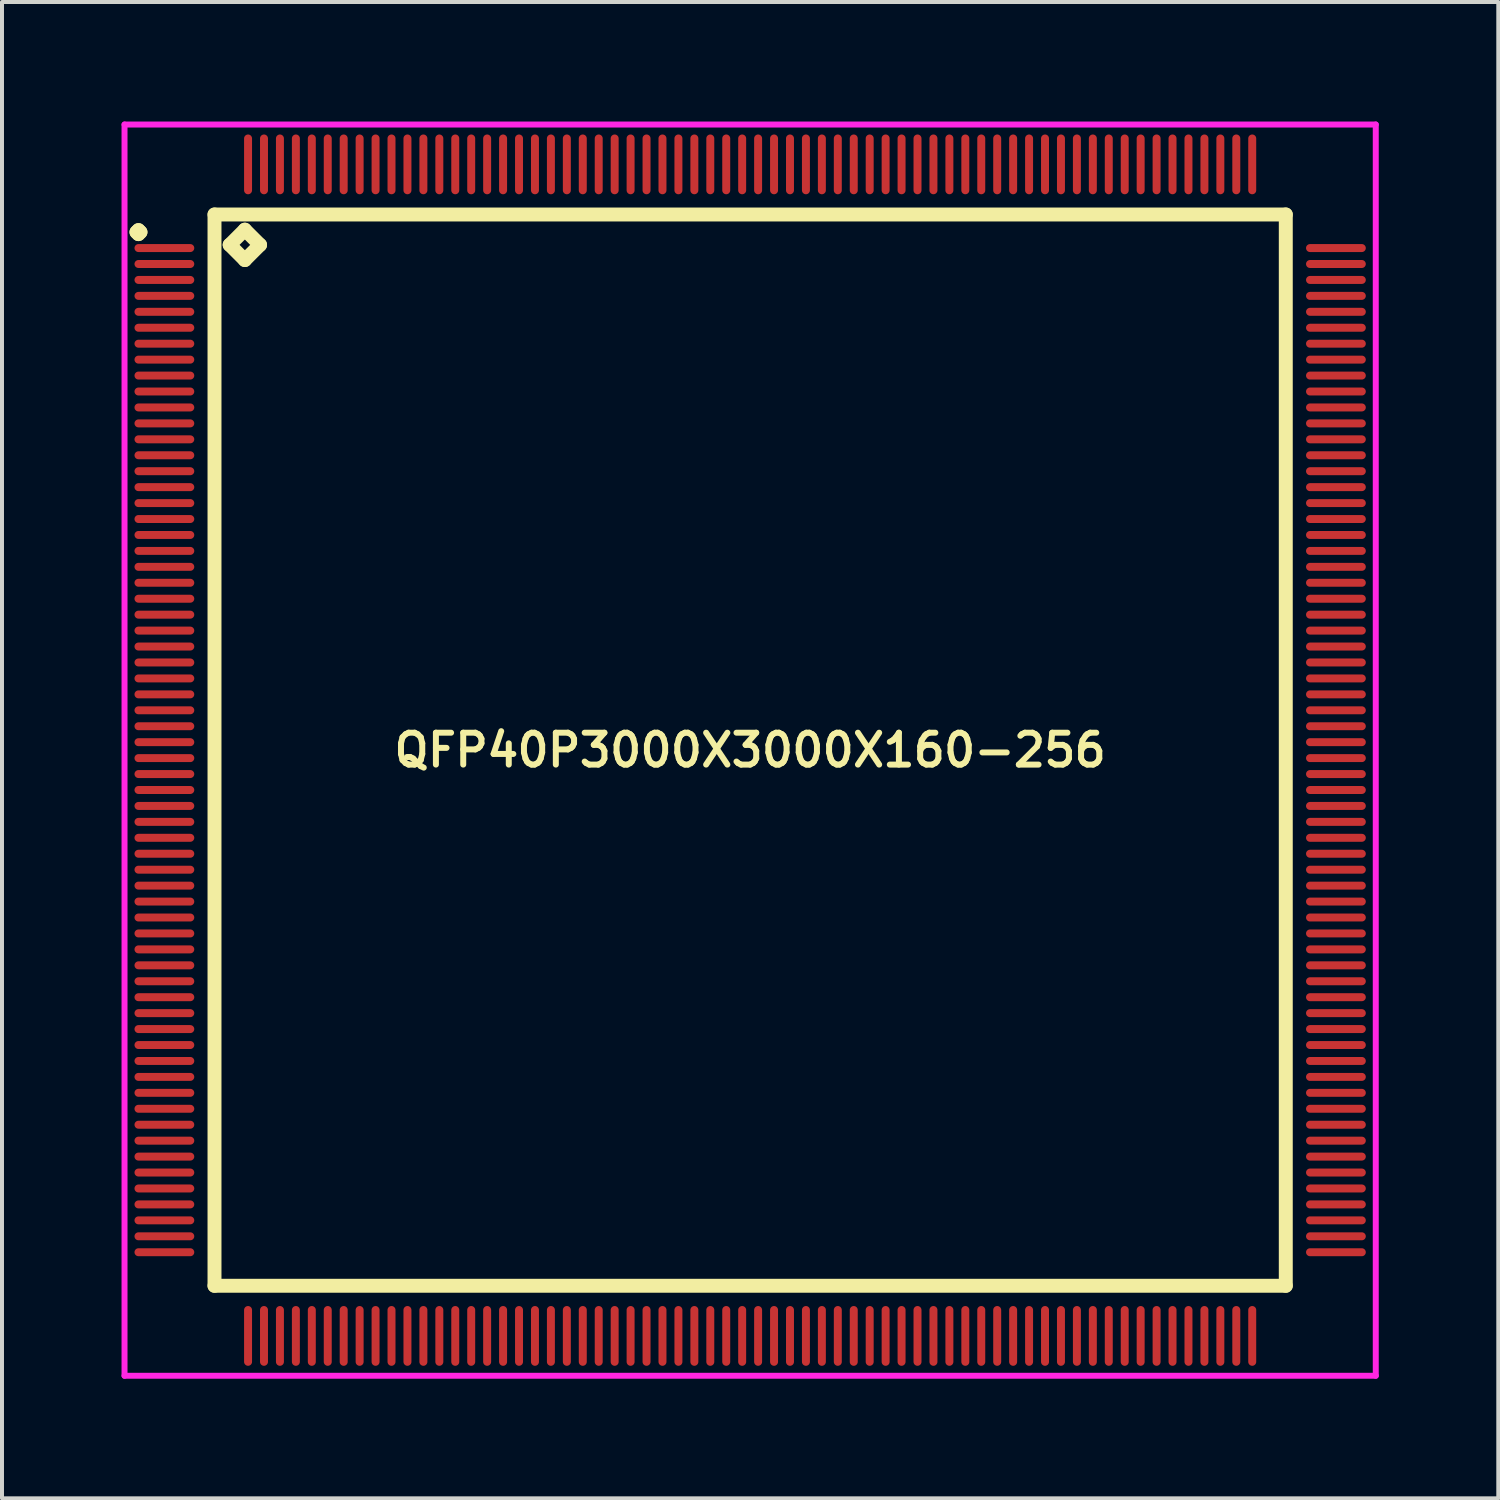
<source format=kicad_pcb>
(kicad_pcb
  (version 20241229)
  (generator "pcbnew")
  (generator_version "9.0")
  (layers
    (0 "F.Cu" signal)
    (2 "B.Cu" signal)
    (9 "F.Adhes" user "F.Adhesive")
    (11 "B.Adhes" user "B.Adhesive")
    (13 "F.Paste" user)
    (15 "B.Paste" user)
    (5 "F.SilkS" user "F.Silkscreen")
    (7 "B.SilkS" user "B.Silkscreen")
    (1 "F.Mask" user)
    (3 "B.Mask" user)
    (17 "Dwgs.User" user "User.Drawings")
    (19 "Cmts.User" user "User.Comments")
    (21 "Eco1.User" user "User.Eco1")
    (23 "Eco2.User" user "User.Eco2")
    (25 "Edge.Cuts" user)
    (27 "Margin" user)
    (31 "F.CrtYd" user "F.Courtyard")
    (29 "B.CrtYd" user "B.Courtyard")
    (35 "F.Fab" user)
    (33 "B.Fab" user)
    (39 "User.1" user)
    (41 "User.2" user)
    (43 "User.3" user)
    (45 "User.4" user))
  (footprint "QFP40P3000X3000X160-256"
    (layer "F.Cu")
    (at 15.775 15.775)
    (property "Reference" "QFP40P3000X3000X160-256" (at 0 0 0) (layer "F.SilkS") (effects (font (size 0.8 0.8) (thickness 0.15))))
    (attr through_hole)
    (fp_line (start -15.4 -13) (end -15.35 -13.05) (stroke (width 0.35) (type solid)) (layer "F.SilkS"))
    (fp_line (start -15.35 -13.05) (end -15.3 -13) (stroke (width 0.35) (type solid)) (layer "F.SilkS"))
    (fp_line (start -15.35 -12.95) (end -15.4 -13) (stroke (width 0.35) (type solid)) (layer "F.SilkS"))
    (fp_line (start -15.3 -13) (end -15.35 -12.95) (stroke (width 0.35) (type solid)) (layer "F.SilkS"))
    (fp_line (start -13.442 -13.442) (end -13.442 13.442) (stroke (width 0.35) (type solid)) (layer "F.SilkS"))
    (fp_line (start -13.442 13.442) (end 13.442 13.442) (stroke (width 0.35) (type solid)) (layer "F.SilkS"))
    (fp_line (start -13.061 -12.68) (end -12.68 -13.061) (stroke (width 0.35) (type solid)) (layer "F.SilkS"))
    (fp_line (start -12.68 -13.061) (end -12.299 -12.68) (stroke (width 0.35) (type solid)) (layer "F.SilkS"))
    (fp_line (start -12.68 -12.299) (end -13.061 -12.68) (stroke (width 0.35) (type solid)) (layer "F.SilkS"))
    (fp_line (start -12.299 -12.68) (end -12.68 -12.299) (stroke (width 0.35) (type solid)) (layer "F.SilkS"))
    (fp_line (start 13.442 -13.442) (end -13.442 -13.442) (stroke (width 0.35) (type solid)) (layer "F.SilkS"))
    (fp_line (start 13.442 13.442) (end 13.442 -13.442) (stroke (width 0.35) (type solid)) (layer "F.SilkS"))
    (fp_line (start -15.7 -15.7) (end 15.7 -15.7) (stroke (width 0.15) (type solid)) (layer "F.CrtYd"))
    (fp_line (start -15.7 15.7) (end -15.7 -15.7) (stroke (width 0.15) (type solid)) (layer "F.CrtYd"))
    (fp_line (start 15.7 -15.7) (end 15.7 15.7) (stroke (width 0.15) (type solid)) (layer "F.CrtYd"))
    (fp_line (start 15.7 15.7) (end -15.7 15.7) (stroke (width 0.15) (type solid)) (layer "F.CrtYd"))
    (pad "1" smd oval (at -14.7 -12.6) (size 1.5 0.2) (layers "F.Cu" "F.Mask" "F.Paste"))
    (pad "2" smd oval (at -14.7 -12.2) (size 1.5 0.2) (layers "F.Cu" "F.Mask" "F.Paste"))
    (pad "3" smd oval (at -14.7 -11.8) (size 1.5 0.2) (layers "F.Cu" "F.Mask" "F.Paste"))
    (pad "4" smd oval (at -14.7 -11.4) (size 1.5 0.2) (layers "F.Cu" "F.Mask" "F.Paste"))
    (pad "5" smd oval (at -14.7 -11) (size 1.5 0.2) (layers "F.Cu" "F.Mask" "F.Paste"))
    (pad "6" smd oval (at -14.7 -10.6) (size 1.5 0.2) (layers "F.Cu" "F.Mask" "F.Paste"))
    (pad "7" smd oval (at -14.7 -10.2) (size 1.5 0.2) (layers "F.Cu" "F.Mask" "F.Paste"))
    (pad "8" smd oval (at -14.7 -9.8) (size 1.5 0.2) (layers "F.Cu" "F.Mask" "F.Paste"))
    (pad "9" smd oval (at -14.7 -9.4) (size 1.5 0.2) (layers "F.Cu" "F.Mask" "F.Paste"))
    (pad "10" smd oval (at -14.7 -9) (size 1.5 0.2) (layers "F.Cu" "F.Mask" "F.Paste"))
    (pad "11" smd oval (at -14.7 -8.6) (size 1.5 0.2) (layers "F.Cu" "F.Mask" "F.Paste"))
    (pad "12" smd oval (at -14.7 -8.2) (size 1.5 0.2) (layers "F.Cu" "F.Mask" "F.Paste"))
    (pad "13" smd oval (at -14.7 -7.8) (size 1.5 0.2) (layers "F.Cu" "F.Mask" "F.Paste"))
    (pad "14" smd oval (at -14.7 -7.4) (size 1.5 0.2) (layers "F.Cu" "F.Mask" "F.Paste"))
    (pad "15" smd oval (at -14.7 -7) (size 1.5 0.2) (layers "F.Cu" "F.Mask" "F.Paste"))
    (pad "16" smd oval (at -14.7 -6.6) (size 1.5 0.2) (layers "F.Cu" "F.Mask" "F.Paste"))
    (pad "17" smd oval (at -14.7 -6.2) (size 1.5 0.2) (layers "F.Cu" "F.Mask" "F.Paste"))
    (pad "18" smd oval (at -14.7 -5.8) (size 1.5 0.2) (layers "F.Cu" "F.Mask" "F.Paste"))
    (pad "19" smd oval (at -14.7 -5.4) (size 1.5 0.2) (layers "F.Cu" "F.Mask" "F.Paste"))
    (pad "20" smd oval (at -14.7 -5) (size 1.5 0.2) (layers "F.Cu" "F.Mask" "F.Paste"))
    (pad "21" smd oval (at -14.7 -4.6) (size 1.5 0.2) (layers "F.Cu" "F.Mask" "F.Paste"))
    (pad "22" smd oval (at -14.7 -4.2) (size 1.5 0.2) (layers "F.Cu" "F.Mask" "F.Paste"))
    (pad "23" smd oval (at -14.7 -3.8) (size 1.5 0.2) (layers "F.Cu" "F.Mask" "F.Paste"))
    (pad "24" smd oval (at -14.7 -3.4) (size 1.5 0.2) (layers "F.Cu" "F.Mask" "F.Paste"))
    (pad "25" smd oval (at -14.7 -3) (size 1.5 0.2) (layers "F.Cu" "F.Mask" "F.Paste"))
    (pad "26" smd oval (at -14.7 -2.6) (size 1.5 0.2) (layers "F.Cu" "F.Mask" "F.Paste"))
    (pad "27" smd oval (at -14.7 -2.2) (size 1.5 0.2) (layers "F.Cu" "F.Mask" "F.Paste"))
    (pad "28" smd oval (at -14.7 -1.8) (size 1.5 0.2) (layers "F.Cu" "F.Mask" "F.Paste"))
    (pad "29" smd oval (at -14.7 -1.4) (size 1.5 0.2) (layers "F.Cu" "F.Mask" "F.Paste"))
    (pad "30" smd oval (at -14.7 -1) (size 1.5 0.2) (layers "F.Cu" "F.Mask" "F.Paste"))
    (pad "31" smd oval (at -14.7 -0.6) (size 1.5 0.2) (layers "F.Cu" "F.Mask" "F.Paste"))
    (pad "32" smd oval (at -14.7 -0.2) (size 1.5 0.2) (layers "F.Cu" "F.Mask" "F.Paste"))
    (pad "33" smd oval (at -14.7 0.2) (size 1.5 0.2) (layers "F.Cu" "F.Mask" "F.Paste"))
    (pad "34" smd oval (at -14.7 0.6) (size 1.5 0.2) (layers "F.Cu" "F.Mask" "F.Paste"))
    (pad "35" smd oval (at -14.7 1) (size 1.5 0.2) (layers "F.Cu" "F.Mask" "F.Paste"))
    (pad "36" smd oval (at -14.7 1.4) (size 1.5 0.2) (layers "F.Cu" "F.Mask" "F.Paste"))
    (pad "37" smd oval (at -14.7 1.8) (size 1.5 0.2) (layers "F.Cu" "F.Mask" "F.Paste"))
    (pad "38" smd oval (at -14.7 2.2) (size 1.5 0.2) (layers "F.Cu" "F.Mask" "F.Paste"))
    (pad "39" smd oval (at -14.7 2.6) (size 1.5 0.2) (layers "F.Cu" "F.Mask" "F.Paste"))
    (pad "40" smd oval (at -14.7 3) (size 1.5 0.2) (layers "F.Cu" "F.Mask" "F.Paste"))
    (pad "41" smd oval (at -14.7 3.4) (size 1.5 0.2) (layers "F.Cu" "F.Mask" "F.Paste"))
    (pad "42" smd oval (at -14.7 3.8) (size 1.5 0.2) (layers "F.Cu" "F.Mask" "F.Paste"))
    (pad "43" smd oval (at -14.7 4.2) (size 1.5 0.2) (layers "F.Cu" "F.Mask" "F.Paste"))
    (pad "44" smd oval (at -14.7 4.6) (size 1.5 0.2) (layers "F.Cu" "F.Mask" "F.Paste"))
    (pad "45" smd oval (at -14.7 5) (size 1.5 0.2) (layers "F.Cu" "F.Mask" "F.Paste"))
    (pad "46" smd oval (at -14.7 5.4) (size 1.5 0.2) (layers "F.Cu" "F.Mask" "F.Paste"))
    (pad "47" smd oval (at -14.7 5.8) (size 1.5 0.2) (layers "F.Cu" "F.Mask" "F.Paste"))
    (pad "48" smd oval (at -14.7 6.2) (size 1.5 0.2) (layers "F.Cu" "F.Mask" "F.Paste"))
    (pad "49" smd oval (at -14.7 6.6) (size 1.5 0.2) (layers "F.Cu" "F.Mask" "F.Paste"))
    (pad "50" smd oval (at -14.7 7) (size 1.5 0.2) (layers "F.Cu" "F.Mask" "F.Paste"))
    (pad "51" smd oval (at -14.7 7.4) (size 1.5 0.2) (layers "F.Cu" "F.Mask" "F.Paste"))
    (pad "52" smd oval (at -14.7 7.8) (size 1.5 0.2) (layers "F.Cu" "F.Mask" "F.Paste"))
    (pad "53" smd oval (at -14.7 8.2) (size 1.5 0.2) (layers "F.Cu" "F.Mask" "F.Paste"))
    (pad "54" smd oval (at -14.7 8.6) (size 1.5 0.2) (layers "F.Cu" "F.Mask" "F.Paste"))
    (pad "55" smd oval (at -14.7 9) (size 1.5 0.2) (layers "F.Cu" "F.Mask" "F.Paste"))
    (pad "56" smd oval (at -14.7 9.4) (size 1.5 0.2) (layers "F.Cu" "F.Mask" "F.Paste"))
    (pad "57" smd oval (at -14.7 9.8) (size 1.5 0.2) (layers "F.Cu" "F.Mask" "F.Paste"))
    (pad "58" smd oval (at -14.7 10.2) (size 1.5 0.2) (layers "F.Cu" "F.Mask" "F.Paste"))
    (pad "59" smd oval (at -14.7 10.6) (size 1.5 0.2) (layers "F.Cu" "F.Mask" "F.Paste"))
    (pad "60" smd oval (at -14.7 11) (size 1.5 0.2) (layers "F.Cu" "F.Mask" "F.Paste"))
    (pad "61" smd oval (at -14.7 11.4) (size 1.5 0.2) (layers "F.Cu" "F.Mask" "F.Paste"))
    (pad "62" smd oval (at -14.7 11.8) (size 1.5 0.2) (layers "F.Cu" "F.Mask" "F.Paste"))
    (pad "63" smd oval (at -14.7 12.2) (size 1.5 0.2) (layers "F.Cu" "F.Mask" "F.Paste"))
    (pad "64" smd oval (at -14.7 12.6) (size 1.5 0.2) (layers "F.Cu" "F.Mask" "F.Paste"))
    (pad "65" smd oval (at -12.6 14.7) (size 0.2 1.5) (layers "F.Cu" "F.Mask" "F.Paste"))
    (pad "66" smd oval (at -12.2 14.7) (size 0.2 1.5) (layers "F.Cu" "F.Mask" "F.Paste"))
    (pad "67" smd oval (at -11.8 14.7) (size 0.2 1.5) (layers "F.Cu" "F.Mask" "F.Paste"))
    (pad "68" smd oval (at -11.4 14.7) (size 0.2 1.5) (layers "F.Cu" "F.Mask" "F.Paste"))
    (pad "69" smd oval (at -11 14.7) (size 0.2 1.5) (layers "F.Cu" "F.Mask" "F.Paste"))
    (pad "70" smd oval (at -10.6 14.7) (size 0.2 1.5) (layers "F.Cu" "F.Mask" "F.Paste"))
    (pad "71" smd oval (at -10.2 14.7) (size 0.2 1.5) (layers "F.Cu" "F.Mask" "F.Paste"))
    (pad "72" smd oval (at -9.8 14.7) (size 0.2 1.5) (layers "F.Cu" "F.Mask" "F.Paste"))
    (pad "73" smd oval (at -9.4 14.7) (size 0.2 1.5) (layers "F.Cu" "F.Mask" "F.Paste"))
    (pad "74" smd oval (at -9 14.7) (size 0.2 1.5) (layers "F.Cu" "F.Mask" "F.Paste"))
    (pad "75" smd oval (at -8.6 14.7) (size 0.2 1.5) (layers "F.Cu" "F.Mask" "F.Paste"))
    (pad "76" smd oval (at -8.2 14.7) (size 0.2 1.5) (layers "F.Cu" "F.Mask" "F.Paste"))
    (pad "77" smd oval (at -7.8 14.7) (size 0.2 1.5) (layers "F.Cu" "F.Mask" "F.Paste"))
    (pad "78" smd oval (at -7.4 14.7) (size 0.2 1.5) (layers "F.Cu" "F.Mask" "F.Paste"))
    (pad "79" smd oval (at -7 14.7) (size 0.2 1.5) (layers "F.Cu" "F.Mask" "F.Paste"))
    (pad "80" smd oval (at -6.6 14.7) (size 0.2 1.5) (layers "F.Cu" "F.Mask" "F.Paste"))
    (pad "81" smd oval (at -6.2 14.7) (size 0.2 1.5) (layers "F.Cu" "F.Mask" "F.Paste"))
    (pad "82" smd oval (at -5.8 14.7) (size 0.2 1.5) (layers "F.Cu" "F.Mask" "F.Paste"))
    (pad "83" smd oval (at -5.4 14.7) (size 0.2 1.5) (layers "F.Cu" "F.Mask" "F.Paste"))
    (pad "84" smd oval (at -5 14.7) (size 0.2 1.5) (layers "F.Cu" "F.Mask" "F.Paste"))
    (pad "85" smd oval (at -4.6 14.7) (size 0.2 1.5) (layers "F.Cu" "F.Mask" "F.Paste"))
    (pad "86" smd oval (at -4.2 14.7) (size 0.2 1.5) (layers "F.Cu" "F.Mask" "F.Paste"))
    (pad "87" smd oval (at -3.8 14.7) (size 0.2 1.5) (layers "F.Cu" "F.Mask" "F.Paste"))
    (pad "88" smd oval (at -3.4 14.7) (size 0.2 1.5) (layers "F.Cu" "F.Mask" "F.Paste"))
    (pad "89" smd oval (at -3 14.7) (size 0.2 1.5) (layers "F.Cu" "F.Mask" "F.Paste"))
    (pad "90" smd oval (at -2.6 14.7) (size 0.2 1.5) (layers "F.Cu" "F.Mask" "F.Paste"))
    (pad "91" smd oval (at -2.2 14.7) (size 0.2 1.5) (layers "F.Cu" "F.Mask" "F.Paste"))
    (pad "92" smd oval (at -1.8 14.7) (size 0.2 1.5) (layers "F.Cu" "F.Mask" "F.Paste"))
    (pad "93" smd oval (at -1.4 14.7) (size 0.2 1.5) (layers "F.Cu" "F.Mask" "F.Paste"))
    (pad "94" smd oval (at -1 14.7) (size 0.2 1.5) (layers "F.Cu" "F.Mask" "F.Paste"))
    (pad "95" smd oval (at -0.6 14.7) (size 0.2 1.5) (layers "F.Cu" "F.Mask" "F.Paste"))
    (pad "96" smd oval (at -0.2 14.7) (size 0.2 1.5) (layers "F.Cu" "F.Mask" "F.Paste"))
    (pad "97" smd oval (at 0.2 14.7) (size 0.2 1.5) (layers "F.Cu" "F.Mask" "F.Paste"))
    (pad "98" smd oval (at 0.6 14.7) (size 0.2 1.5) (layers "F.Cu" "F.Mask" "F.Paste"))
    (pad "99" smd oval (at 1 14.7) (size 0.2 1.5) (layers "F.Cu" "F.Mask" "F.Paste"))
    (pad "100" smd oval (at 1.4 14.7) (size 0.2 1.5) (layers "F.Cu" "F.Mask" "F.Paste"))
    (pad "101" smd oval (at 1.8 14.7) (size 0.2 1.5) (layers "F.Cu" "F.Mask" "F.Paste"))
    (pad "102" smd oval (at 2.2 14.7) (size 0.2 1.5) (layers "F.Cu" "F.Mask" "F.Paste"))
    (pad "103" smd oval (at 2.6 14.7) (size 0.2 1.5) (layers "F.Cu" "F.Mask" "F.Paste"))
    (pad "104" smd oval (at 3 14.7) (size 0.2 1.5) (layers "F.Cu" "F.Mask" "F.Paste"))
    (pad "105" smd oval (at 3.4 14.7) (size 0.2 1.5) (layers "F.Cu" "F.Mask" "F.Paste"))
    (pad "106" smd oval (at 3.8 14.7) (size 0.2 1.5) (layers "F.Cu" "F.Mask" "F.Paste"))
    (pad "107" smd oval (at 4.2 14.7) (size 0.2 1.5) (layers "F.Cu" "F.Mask" "F.Paste"))
    (pad "108" smd oval (at 4.6 14.7) (size 0.2 1.5) (layers "F.Cu" "F.Mask" "F.Paste"))
    (pad "109" smd oval (at 5 14.7) (size 0.2 1.5) (layers "F.Cu" "F.Mask" "F.Paste"))
    (pad "110" smd oval (at 5.4 14.7) (size 0.2 1.5) (layers "F.Cu" "F.Mask" "F.Paste"))
    (pad "111" smd oval (at 5.8 14.7) (size 0.2 1.5) (layers "F.Cu" "F.Mask" "F.Paste"))
    (pad "112" smd oval (at 6.2 14.7) (size 0.2 1.5) (layers "F.Cu" "F.Mask" "F.Paste"))
    (pad "113" smd oval (at 6.6 14.7) (size 0.2 1.5) (layers "F.Cu" "F.Mask" "F.Paste"))
    (pad "114" smd oval (at 7 14.7) (size 0.2 1.5) (layers "F.Cu" "F.Mask" "F.Paste"))
    (pad "115" smd oval (at 7.4 14.7) (size 0.2 1.5) (layers "F.Cu" "F.Mask" "F.Paste"))
    (pad "116" smd oval (at 7.8 14.7) (size 0.2 1.5) (layers "F.Cu" "F.Mask" "F.Paste"))
    (pad "117" smd oval (at 8.2 14.7) (size 0.2 1.5) (layers "F.Cu" "F.Mask" "F.Paste"))
    (pad "118" smd oval (at 8.6 14.7) (size 0.2 1.5) (layers "F.Cu" "F.Mask" "F.Paste"))
    (pad "119" smd oval (at 9 14.7) (size 0.2 1.5) (layers "F.Cu" "F.Mask" "F.Paste"))
    (pad "120" smd oval (at 9.4 14.7) (size 0.2 1.5) (layers "F.Cu" "F.Mask" "F.Paste"))
    (pad "121" smd oval (at 9.8 14.7) (size 0.2 1.5) (layers "F.Cu" "F.Mask" "F.Paste"))
    (pad "122" smd oval (at 10.2 14.7) (size 0.2 1.5) (layers "F.Cu" "F.Mask" "F.Paste"))
    (pad "123" smd oval (at 10.6 14.7) (size 0.2 1.5) (layers "F.Cu" "F.Mask" "F.Paste"))
    (pad "124" smd oval (at 11 14.7) (size 0.2 1.5) (layers "F.Cu" "F.Mask" "F.Paste"))
    (pad "125" smd oval (at 11.4 14.7) (size 0.2 1.5) (layers "F.Cu" "F.Mask" "F.Paste"))
    (pad "126" smd oval (at 11.8 14.7) (size 0.2 1.5) (layers "F.Cu" "F.Mask" "F.Paste"))
    (pad "127" smd oval (at 12.2 14.7) (size 0.2 1.5) (layers "F.Cu" "F.Mask" "F.Paste"))
    (pad "128" smd oval (at 12.6 14.7) (size 0.2 1.5) (layers "F.Cu" "F.Mask" "F.Paste"))
    (pad "129" smd oval (at 14.7 12.6) (size 1.5 0.2) (layers "F.Cu" "F.Mask" "F.Paste"))
    (pad "130" smd oval (at 14.7 12.2) (size 1.5 0.2) (layers "F.Cu" "F.Mask" "F.Paste"))
    (pad "131" smd oval (at 14.7 11.8) (size 1.5 0.2) (layers "F.Cu" "F.Mask" "F.Paste"))
    (pad "132" smd oval (at 14.7 11.4) (size 1.5 0.2) (layers "F.Cu" "F.Mask" "F.Paste"))
    (pad "133" smd oval (at 14.7 11) (size 1.5 0.2) (layers "F.Cu" "F.Mask" "F.Paste"))
    (pad "134" smd oval (at 14.7 10.6) (size 1.5 0.2) (layers "F.Cu" "F.Mask" "F.Paste"))
    (pad "135" smd oval (at 14.7 10.2) (size 1.5 0.2) (layers "F.Cu" "F.Mask" "F.Paste"))
    (pad "136" smd oval (at 14.7 9.8) (size 1.5 0.2) (layers "F.Cu" "F.Mask" "F.Paste"))
    (pad "137" smd oval (at 14.7 9.4) (size 1.5 0.2) (layers "F.Cu" "F.Mask" "F.Paste"))
    (pad "138" smd oval (at 14.7 9) (size 1.5 0.2) (layers "F.Cu" "F.Mask" "F.Paste"))
    (pad "139" smd oval (at 14.7 8.6) (size 1.5 0.2) (layers "F.Cu" "F.Mask" "F.Paste"))
    (pad "140" smd oval (at 14.7 8.2) (size 1.5 0.2) (layers "F.Cu" "F.Mask" "F.Paste"))
    (pad "141" smd oval (at 14.7 7.8) (size 1.5 0.2) (layers "F.Cu" "F.Mask" "F.Paste"))
    (pad "142" smd oval (at 14.7 7.4) (size 1.5 0.2) (layers "F.Cu" "F.Mask" "F.Paste"))
    (pad "143" smd oval (at 14.7 7) (size 1.5 0.2) (layers "F.Cu" "F.Mask" "F.Paste"))
    (pad "144" smd oval (at 14.7 6.6) (size 1.5 0.2) (layers "F.Cu" "F.Mask" "F.Paste"))
    (pad "145" smd oval (at 14.7 6.2) (size 1.5 0.2) (layers "F.Cu" "F.Mask" "F.Paste"))
    (pad "146" smd oval (at 14.7 5.8) (size 1.5 0.2) (layers "F.Cu" "F.Mask" "F.Paste"))
    (pad "147" smd oval (at 14.7 5.4) (size 1.5 0.2) (layers "F.Cu" "F.Mask" "F.Paste"))
    (pad "148" smd oval (at 14.7 5) (size 1.5 0.2) (layers "F.Cu" "F.Mask" "F.Paste"))
    (pad "149" smd oval (at 14.7 4.6) (size 1.5 0.2) (layers "F.Cu" "F.Mask" "F.Paste"))
    (pad "150" smd oval (at 14.7 4.2) (size 1.5 0.2) (layers "F.Cu" "F.Mask" "F.Paste"))
    (pad "151" smd oval (at 14.7 3.8) (size 1.5 0.2) (layers "F.Cu" "F.Mask" "F.Paste"))
    (pad "152" smd oval (at 14.7 3.4) (size 1.5 0.2) (layers "F.Cu" "F.Mask" "F.Paste"))
    (pad "153" smd oval (at 14.7 3) (size 1.5 0.2) (layers "F.Cu" "F.Mask" "F.Paste"))
    (pad "154" smd oval (at 14.7 2.6) (size 1.5 0.2) (layers "F.Cu" "F.Mask" "F.Paste"))
    (pad "155" smd oval (at 14.7 2.2) (size 1.5 0.2) (layers "F.Cu" "F.Mask" "F.Paste"))
    (pad "156" smd oval (at 14.7 1.8) (size 1.5 0.2) (layers "F.Cu" "F.Mask" "F.Paste"))
    (pad "157" smd oval (at 14.7 1.4) (size 1.5 0.2) (layers "F.Cu" "F.Mask" "F.Paste"))
    (pad "158" smd oval (at 14.7 1) (size 1.5 0.2) (layers "F.Cu" "F.Mask" "F.Paste"))
    (pad "159" smd oval (at 14.7 0.6) (size 1.5 0.2) (layers "F.Cu" "F.Mask" "F.Paste"))
    (pad "160" smd oval (at 14.7 0.2) (size 1.5 0.2) (layers "F.Cu" "F.Mask" "F.Paste"))
    (pad "161" smd oval (at 14.7 -0.2) (size 1.5 0.2) (layers "F.Cu" "F.Mask" "F.Paste"))
    (pad "162" smd oval (at 14.7 -0.6) (size 1.5 0.2) (layers "F.Cu" "F.Mask" "F.Paste"))
    (pad "163" smd oval (at 14.7 -1) (size 1.5 0.2) (layers "F.Cu" "F.Mask" "F.Paste"))
    (pad "164" smd oval (at 14.7 -1.4) (size 1.5 0.2) (layers "F.Cu" "F.Mask" "F.Paste"))
    (pad "165" smd oval (at 14.7 -1.8) (size 1.5 0.2) (layers "F.Cu" "F.Mask" "F.Paste"))
    (pad "166" smd oval (at 14.7 -2.2) (size 1.5 0.2) (layers "F.Cu" "F.Mask" "F.Paste"))
    (pad "167" smd oval (at 14.7 -2.6) (size 1.5 0.2) (layers "F.Cu" "F.Mask" "F.Paste"))
    (pad "168" smd oval (at 14.7 -3) (size 1.5 0.2) (layers "F.Cu" "F.Mask" "F.Paste"))
    (pad "169" smd oval (at 14.7 -3.4) (size 1.5 0.2) (layers "F.Cu" "F.Mask" "F.Paste"))
    (pad "170" smd oval (at 14.7 -3.8) (size 1.5 0.2) (layers "F.Cu" "F.Mask" "F.Paste"))
    (pad "171" smd oval (at 14.7 -4.2) (size 1.5 0.2) (layers "F.Cu" "F.Mask" "F.Paste"))
    (pad "172" smd oval (at 14.7 -4.6) (size 1.5 0.2) (layers "F.Cu" "F.Mask" "F.Paste"))
    (pad "173" smd oval (at 14.7 -5) (size 1.5 0.2) (layers "F.Cu" "F.Mask" "F.Paste"))
    (pad "174" smd oval (at 14.7 -5.4) (size 1.5 0.2) (layers "F.Cu" "F.Mask" "F.Paste"))
    (pad "175" smd oval (at 14.7 -5.8) (size 1.5 0.2) (layers "F.Cu" "F.Mask" "F.Paste"))
    (pad "176" smd oval (at 14.7 -6.2) (size 1.5 0.2) (layers "F.Cu" "F.Mask" "F.Paste"))
    (pad "177" smd oval (at 14.7 -6.6) (size 1.5 0.2) (layers "F.Cu" "F.Mask" "F.Paste"))
    (pad "178" smd oval (at 14.7 -7) (size 1.5 0.2) (layers "F.Cu" "F.Mask" "F.Paste"))
    (pad "179" smd oval (at 14.7 -7.4) (size 1.5 0.2) (layers "F.Cu" "F.Mask" "F.Paste"))
    (pad "180" smd oval (at 14.7 -7.8) (size 1.5 0.2) (layers "F.Cu" "F.Mask" "F.Paste"))
    (pad "181" smd oval (at 14.7 -8.2) (size 1.5 0.2) (layers "F.Cu" "F.Mask" "F.Paste"))
    (pad "182" smd oval (at 14.7 -8.6) (size 1.5 0.2) (layers "F.Cu" "F.Mask" "F.Paste"))
    (pad "183" smd oval (at 14.7 -9) (size 1.5 0.2) (layers "F.Cu" "F.Mask" "F.Paste"))
    (pad "184" smd oval (at 14.7 -9.4) (size 1.5 0.2) (layers "F.Cu" "F.Mask" "F.Paste"))
    (pad "185" smd oval (at 14.7 -9.8) (size 1.5 0.2) (layers "F.Cu" "F.Mask" "F.Paste"))
    (pad "186" smd oval (at 14.7 -10.2) (size 1.5 0.2) (layers "F.Cu" "F.Mask" "F.Paste"))
    (pad "187" smd oval (at 14.7 -10.6) (size 1.5 0.2) (layers "F.Cu" "F.Mask" "F.Paste"))
    (pad "188" smd oval (at 14.7 -11) (size 1.5 0.2) (layers "F.Cu" "F.Mask" "F.Paste"))
    (pad "189" smd oval (at 14.7 -11.4) (size 1.5 0.2) (layers "F.Cu" "F.Mask" "F.Paste"))
    (pad "190" smd oval (at 14.7 -11.8) (size 1.5 0.2) (layers "F.Cu" "F.Mask" "F.Paste"))
    (pad "191" smd oval (at 14.7 -12.2) (size 1.5 0.2) (layers "F.Cu" "F.Mask" "F.Paste"))
    (pad "192" smd oval (at 14.7 -12.6) (size 1.5 0.2) (layers "F.Cu" "F.Mask" "F.Paste"))
    (pad "193" smd oval (at 12.6 -14.7) (size 0.2 1.5) (layers "F.Cu" "F.Mask" "F.Paste"))
    (pad "194" smd oval (at 12.2 -14.7) (size 0.2 1.5) (layers "F.Cu" "F.Mask" "F.Paste"))
    (pad "195" smd oval (at 11.8 -14.7) (size 0.2 1.5) (layers "F.Cu" "F.Mask" "F.Paste"))
    (pad "196" smd oval (at 11.4 -14.7) (size 0.2 1.5) (layers "F.Cu" "F.Mask" "F.Paste"))
    (pad "197" smd oval (at 11 -14.7) (size 0.2 1.5) (layers "F.Cu" "F.Mask" "F.Paste"))
    (pad "198" smd oval (at 10.6 -14.7) (size 0.2 1.5) (layers "F.Cu" "F.Mask" "F.Paste"))
    (pad "199" smd oval (at 10.2 -14.7) (size 0.2 1.5) (layers "F.Cu" "F.Mask" "F.Paste"))
    (pad "200" smd oval (at 9.8 -14.7) (size 0.2 1.5) (layers "F.Cu" "F.Mask" "F.Paste"))
    (pad "201" smd oval (at 9.4 -14.7) (size 0.2 1.5) (layers "F.Cu" "F.Mask" "F.Paste"))
    (pad "202" smd oval (at 9 -14.7) (size 0.2 1.5) (layers "F.Cu" "F.Mask" "F.Paste"))
    (pad "203" smd oval (at 8.6 -14.7) (size 0.2 1.5) (layers "F.Cu" "F.Mask" "F.Paste"))
    (pad "204" smd oval (at 8.2 -14.7) (size 0.2 1.5) (layers "F.Cu" "F.Mask" "F.Paste"))
    (pad "205" smd oval (at 7.8 -14.7) (size 0.2 1.5) (layers "F.Cu" "F.Mask" "F.Paste"))
    (pad "206" smd oval (at 7.4 -14.7) (size 0.2 1.5) (layers "F.Cu" "F.Mask" "F.Paste"))
    (pad "207" smd oval (at 7 -14.7) (size 0.2 1.5) (layers "F.Cu" "F.Mask" "F.Paste"))
    (pad "208" smd oval (at 6.6 -14.7) (size 0.2 1.5) (layers "F.Cu" "F.Mask" "F.Paste"))
    (pad "209" smd oval (at 6.2 -14.7) (size 0.2 1.5) (layers "F.Cu" "F.Mask" "F.Paste"))
    (pad "210" smd oval (at 5.8 -14.7) (size 0.2 1.5) (layers "F.Cu" "F.Mask" "F.Paste"))
    (pad "211" smd oval (at 5.4 -14.7) (size 0.2 1.5) (layers "F.Cu" "F.Mask" "F.Paste"))
    (pad "212" smd oval (at 5 -14.7) (size 0.2 1.5) (layers "F.Cu" "F.Mask" "F.Paste"))
    (pad "213" smd oval (at 4.6 -14.7) (size 0.2 1.5) (layers "F.Cu" "F.Mask" "F.Paste"))
    (pad "214" smd oval (at 4.2 -14.7) (size 0.2 1.5) (layers "F.Cu" "F.Mask" "F.Paste"))
    (pad "215" smd oval (at 3.8 -14.7) (size 0.2 1.5) (layers "F.Cu" "F.Mask" "F.Paste"))
    (pad "216" smd oval (at 3.4 -14.7) (size 0.2 1.5) (layers "F.Cu" "F.Mask" "F.Paste"))
    (pad "217" smd oval (at 3 -14.7) (size 0.2 1.5) (layers "F.Cu" "F.Mask" "F.Paste"))
    (pad "218" smd oval (at 2.6 -14.7) (size 0.2 1.5) (layers "F.Cu" "F.Mask" "F.Paste"))
    (pad "219" smd oval (at 2.2 -14.7) (size 0.2 1.5) (layers "F.Cu" "F.Mask" "F.Paste"))
    (pad "220" smd oval (at 1.8 -14.7) (size 0.2 1.5) (layers "F.Cu" "F.Mask" "F.Paste"))
    (pad "221" smd oval (at 1.4 -14.7) (size 0.2 1.5) (layers "F.Cu" "F.Mask" "F.Paste"))
    (pad "222" smd oval (at 1 -14.7) (size 0.2 1.5) (layers "F.Cu" "F.Mask" "F.Paste"))
    (pad "223" smd oval (at 0.6 -14.7) (size 0.2 1.5) (layers "F.Cu" "F.Mask" "F.Paste"))
    (pad "224" smd oval (at 0.2 -14.7) (size 0.2 1.5) (layers "F.Cu" "F.Mask" "F.Paste"))
    (pad "225" smd oval (at -0.2 -14.7) (size 0.2 1.5) (layers "F.Cu" "F.Mask" "F.Paste"))
    (pad "226" smd oval (at -0.6 -14.7) (size 0.2 1.5) (layers "F.Cu" "F.Mask" "F.Paste"))
    (pad "227" smd oval (at -1 -14.7) (size 0.2 1.5) (layers "F.Cu" "F.Mask" "F.Paste"))
    (pad "228" smd oval (at -1.4 -14.7) (size 0.2 1.5) (layers "F.Cu" "F.Mask" "F.Paste"))
    (pad "229" smd oval (at -1.8 -14.7) (size 0.2 1.5) (layers "F.Cu" "F.Mask" "F.Paste"))
    (pad "230" smd oval (at -2.2 -14.7) (size 0.2 1.5) (layers "F.Cu" "F.Mask" "F.Paste"))
    (pad "231" smd oval (at -2.6 -14.7) (size 0.2 1.5) (layers "F.Cu" "F.Mask" "F.Paste"))
    (pad "232" smd oval (at -3 -14.7) (size 0.2 1.5) (layers "F.Cu" "F.Mask" "F.Paste"))
    (pad "233" smd oval (at -3.4 -14.7) (size 0.2 1.5) (layers "F.Cu" "F.Mask" "F.Paste"))
    (pad "234" smd oval (at -3.8 -14.7) (size 0.2 1.5) (layers "F.Cu" "F.Mask" "F.Paste"))
    (pad "235" smd oval (at -4.2 -14.7) (size 0.2 1.5) (layers "F.Cu" "F.Mask" "F.Paste"))
    (pad "236" smd oval (at -4.6 -14.7) (size 0.2 1.5) (layers "F.Cu" "F.Mask" "F.Paste"))
    (pad "237" smd oval (at -5 -14.7) (size 0.2 1.5) (layers "F.Cu" "F.Mask" "F.Paste"))
    (pad "238" smd oval (at -5.4 -14.7) (size 0.2 1.5) (layers "F.Cu" "F.Mask" "F.Paste"))
    (pad "239" smd oval (at -5.8 -14.7) (size 0.2 1.5) (layers "F.Cu" "F.Mask" "F.Paste"))
    (pad "240" smd oval (at -6.2 -14.7) (size 0.2 1.5) (layers "F.Cu" "F.Mask" "F.Paste"))
    (pad "241" smd oval (at -6.6 -14.7) (size 0.2 1.5) (layers "F.Cu" "F.Mask" "F.Paste"))
    (pad "242" smd oval (at -7 -14.7) (size 0.2 1.5) (layers "F.Cu" "F.Mask" "F.Paste"))
    (pad "243" smd oval (at -7.4 -14.7) (size 0.2 1.5) (layers "F.Cu" "F.Mask" "F.Paste"))
    (pad "244" smd oval (at -7.8 -14.7) (size 0.2 1.5) (layers "F.Cu" "F.Mask" "F.Paste"))
    (pad "245" smd oval (at -8.2 -14.7) (size 0.2 1.5) (layers "F.Cu" "F.Mask" "F.Paste"))
    (pad "246" smd oval (at -8.6 -14.7) (size 0.2 1.5) (layers "F.Cu" "F.Mask" "F.Paste"))
    (pad "247" smd oval (at -9 -14.7) (size 0.2 1.5) (layers "F.Cu" "F.Mask" "F.Paste"))
    (pad "248" smd oval (at -9.4 -14.7) (size 0.2 1.5) (layers "F.Cu" "F.Mask" "F.Paste"))
    (pad "249" smd oval (at -9.8 -14.7) (size 0.2 1.5) (layers "F.Cu" "F.Mask" "F.Paste"))
    (pad "250" smd oval (at -10.2 -14.7) (size 0.2 1.5) (layers "F.Cu" "F.Mask" "F.Paste"))
    (pad "251" smd oval (at -10.6 -14.7) (size 0.2 1.5) (layers "F.Cu" "F.Mask" "F.Paste"))
    (pad "252" smd oval (at -11 -14.7) (size 0.2 1.5) (layers "F.Cu" "F.Mask" "F.Paste"))
    (pad "253" smd oval (at -11.4 -14.7) (size 0.2 1.5) (layers "F.Cu" "F.Mask" "F.Paste"))
    (pad "254" smd oval (at -11.8 -14.7) (size 0.2 1.5) (layers "F.Cu" "F.Mask" "F.Paste"))
    (pad "255" smd oval (at -12.2 -14.7) (size 0.2 1.5) (layers "F.Cu" "F.Mask" "F.Paste"))
    (pad "256" smd oval (at -12.6 -14.7) (size 0.2 1.5) (layers "F.Cu" "F.Mask" "F.Paste")))
  (gr_rect
    (start -3 -3)
    (end 34.55 34.55)
    (stroke (width 0.1) (type default))
    (fill no)
    (layer "Edge.Cuts")))
</source>
